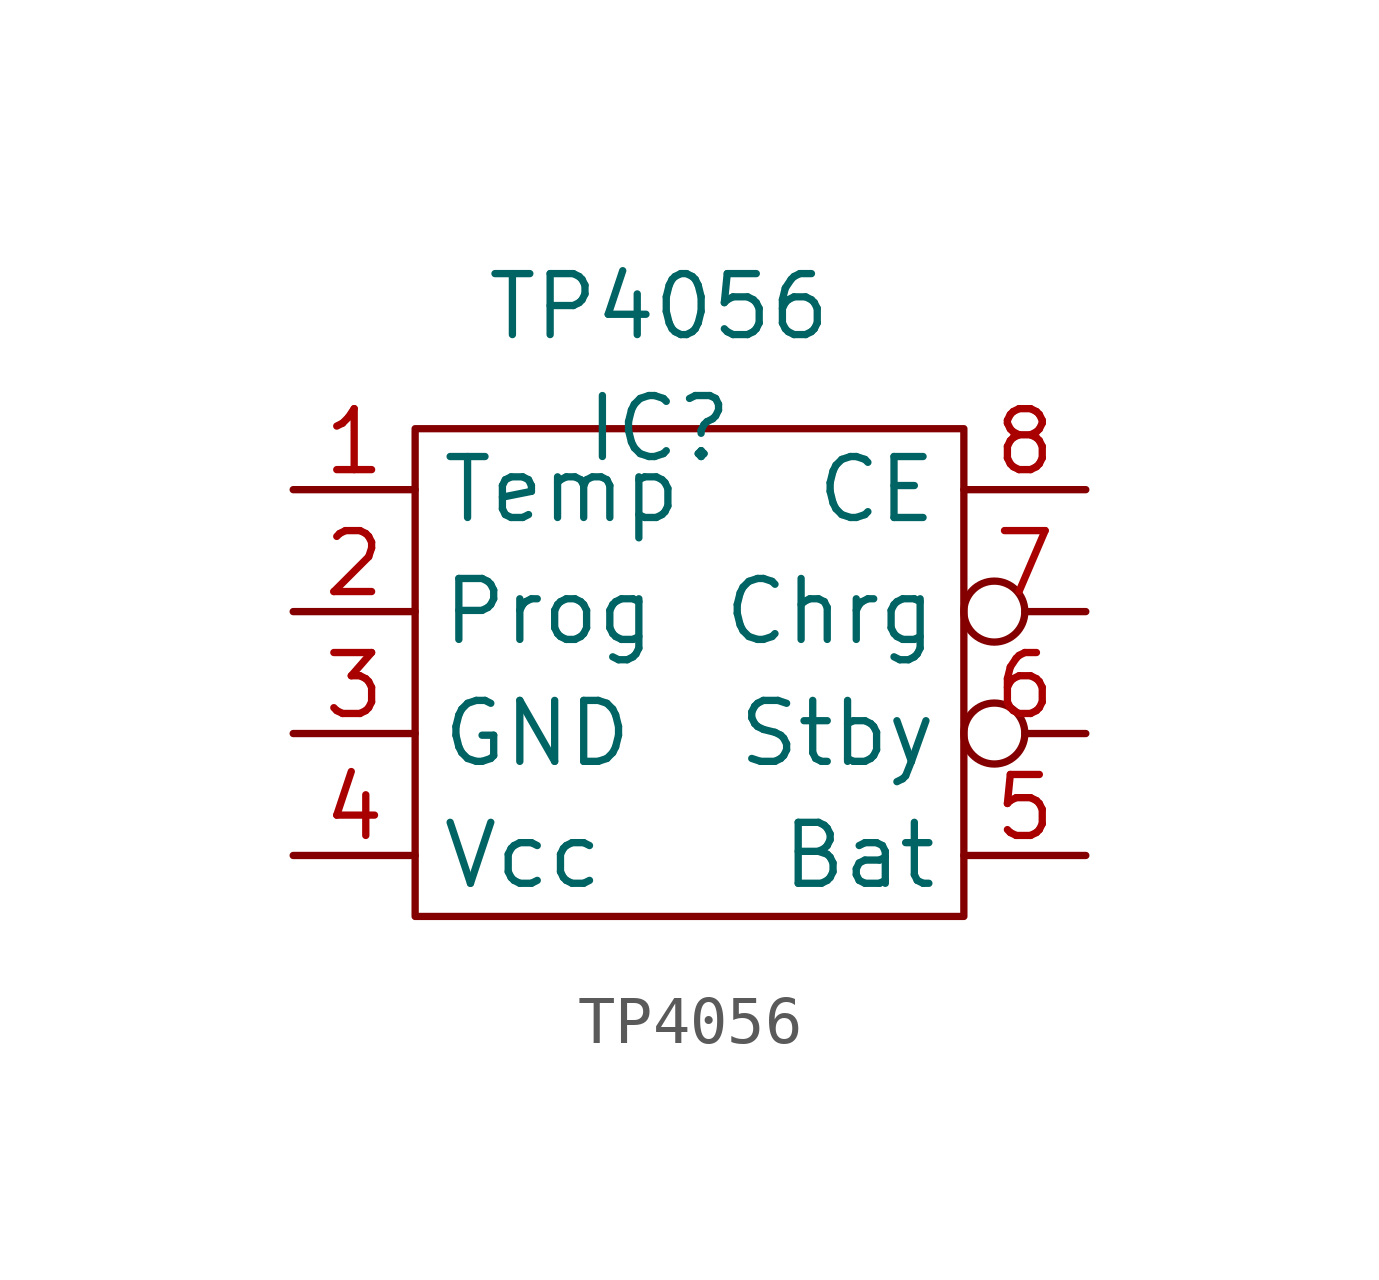
<source format=kicad_sym>
(kicad_symbol_lib
  (version 20211014)
  (generator kicad_symbol_editor)
  (symbol "TP4056"
    (property "Reference" "IC"
      (at 0 3.81 0)
      (effects (font (size 1.27 1.27))))
    (property "Value" "TP4056"
      (at 0 6.35 0)
      (effects (font (size 1.27 1.27))))
    (symbol "TP4056_0_1"
      (rectangle (start 6.35 -6.35) (end -5.08 3.81) (stroke (width 0) (type default) (color 0 0 0 0)) (fill (type none))))
    (symbol "TP4056_1_1"
      (pin input line (at -7.62 2.54 0) (length 2.54) (name "Temp" (effects (font (size 1.27 1.27)))) (number "1" (effects (font (size 1.27 1.27)))))
      (pin input line (at -7.62 0 0) (length 2.54) (name "Prog" (effects (font (size 1.27 1.27)))) (number "2" (effects (font (size 1.27 1.27)))))
      (pin power_out line (at -7.62 -2.54 0) (length 2.54) (name "GND" (effects (font (size 1.27 1.27)))) (number "3" (effects (font (size 1.27 1.27)))))
      (pin power_in line (at -7.62 -5.08 0) (length 2.54) (name "Vcc" (effects (font (size 1.27 1.27)))) (number "4" (effects (font (size 1.27 1.27)))))
      (pin input line (at 8.89 -5.08 180) (length 2.54) (name "Bat" (effects (font (size 1.27 1.27)))) (number "5" (effects (font (size 1.27 1.27)))))
      (pin input inverted (at 8.89 -2.54 180) (length 2.54) (name "Stby" (effects (font (size 1.27 1.27)))) (number "6" (effects (font (size 1.27 1.27)))))
      (pin input inverted (at 8.89 0 180) (length 2.54) (name "Chrg" (effects (font (size 1.27 1.27)))) (number "7" (effects (font (size 1.27 1.27)))))
      (pin input line (at 8.89 2.54 180) (length 2.54) (name "CE" (effects (font (size 1.27 1.27)))) (number "8" (effects (font (size 1.27 1.27))))))))
</source>
